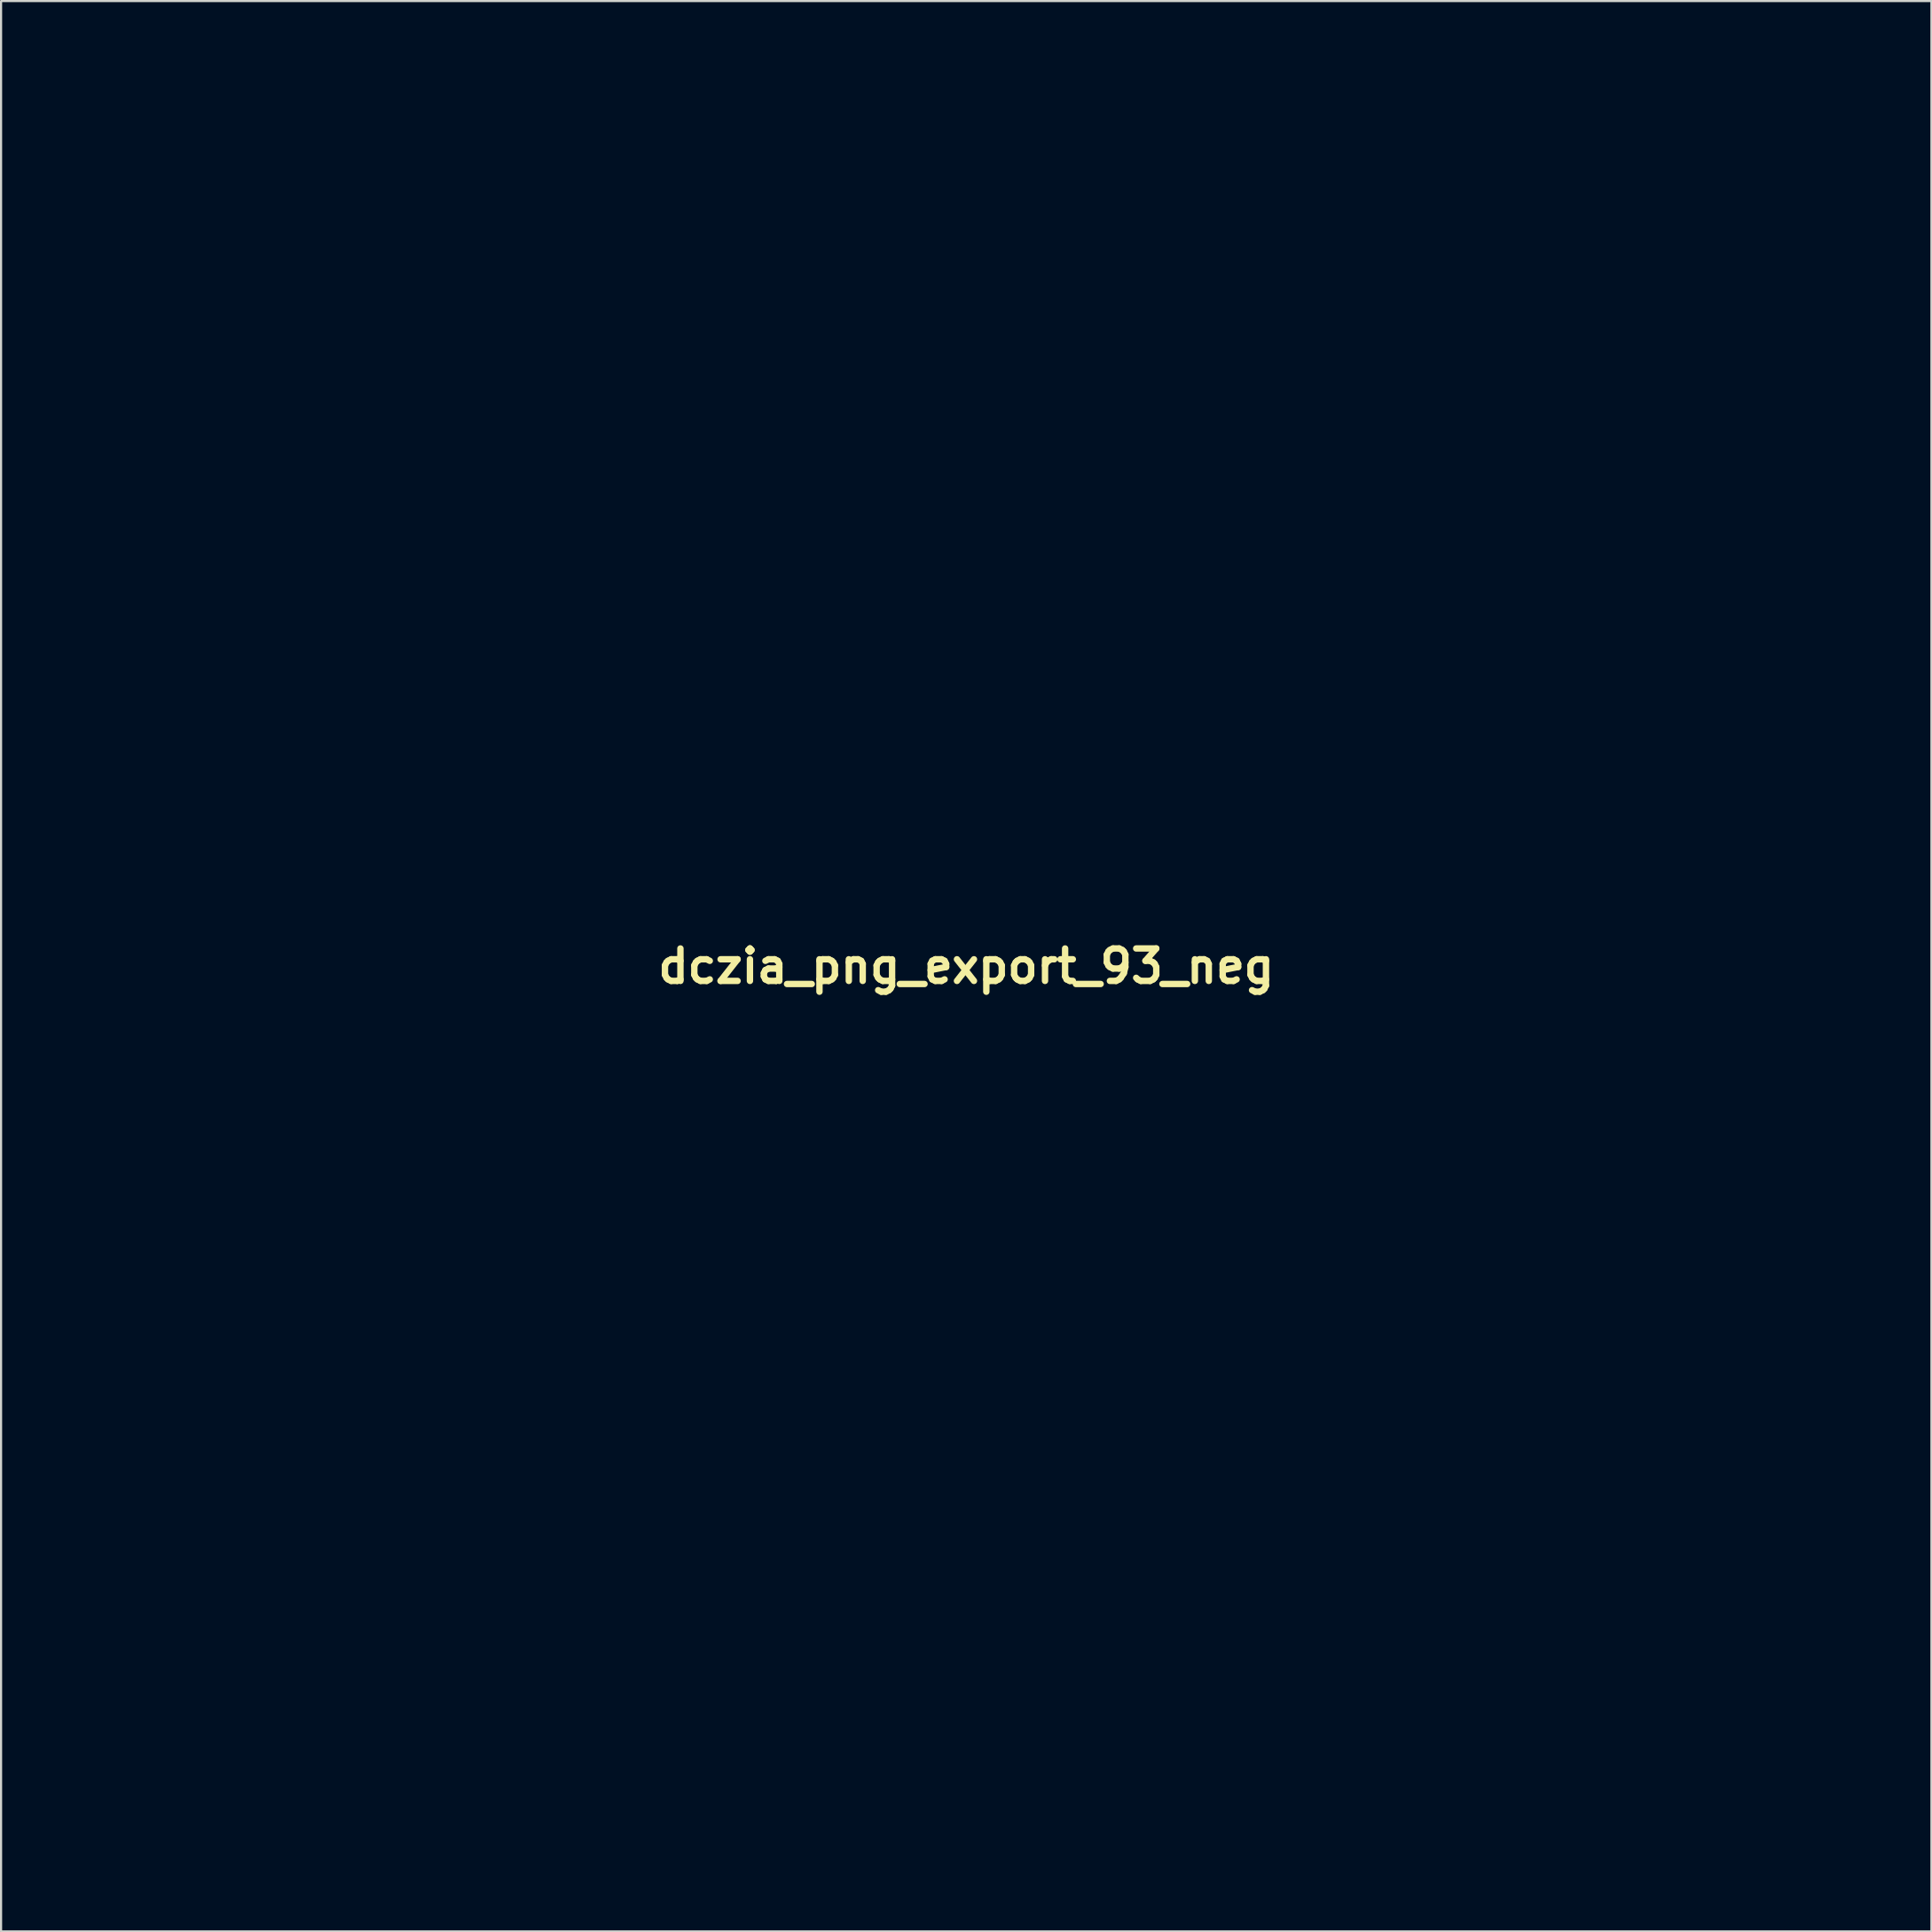
<source format=kicad_pcb>
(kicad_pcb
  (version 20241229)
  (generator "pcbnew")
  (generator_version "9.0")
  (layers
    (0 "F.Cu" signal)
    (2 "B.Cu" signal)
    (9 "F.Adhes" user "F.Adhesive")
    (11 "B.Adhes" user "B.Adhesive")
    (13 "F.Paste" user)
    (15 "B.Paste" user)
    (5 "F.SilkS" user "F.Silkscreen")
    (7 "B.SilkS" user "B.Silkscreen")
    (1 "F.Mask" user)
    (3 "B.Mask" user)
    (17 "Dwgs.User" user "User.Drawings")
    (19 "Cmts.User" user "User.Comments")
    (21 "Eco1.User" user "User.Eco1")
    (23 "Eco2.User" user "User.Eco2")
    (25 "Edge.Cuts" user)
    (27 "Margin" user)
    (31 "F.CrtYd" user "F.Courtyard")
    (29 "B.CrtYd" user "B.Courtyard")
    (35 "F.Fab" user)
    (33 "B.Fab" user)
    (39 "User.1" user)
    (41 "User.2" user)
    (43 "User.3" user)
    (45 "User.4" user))
  (footprint "dczia_png_export_93_neg"
    (layer "F.Cu")
    (at 42.338 42.338)
    (property "Reference" "dczia_png_export_93_neg" (at 0 0 0) (layer "F.SilkS") (effects (font (size 1.524 1.524) (thickness 0.3))))
    (attr through_hole)
    (fp_poly (pts (xy -9.567 2.836) (xy -9.61 2.879) (xy -9.652 2.836) (xy -9.61 2.794) (xy -9.567 2.836)) (stroke (width 0.01) (type solid)) (fill no) (layer "Eco1.User"))
    (fp_poly (pts (xy -9.483 3.006) (xy -9.525 3.048) (xy -9.567 3.006) (xy -9.525 2.963) (xy -9.483 3.006)) (stroke (width 0.01) (type solid)) (fill no) (layer "Eco1.User"))
    (fp_poly (pts (xy -9.398 3.175) (xy -9.44 3.217) (xy -9.483 3.175) (xy -9.44 3.133) (xy -9.398 3.175)) (stroke (width 0.01) (type solid)) (fill no) (layer "Eco1.User"))
    (fp_poly (pts (xy -9.313 3.344) (xy -9.356 3.387) (xy -9.398 3.344) (xy -9.356 3.302) (xy -9.313 3.344)) (stroke (width 0.01) (type solid)) (fill no) (layer "Eco1.User"))
    (fp_poly (pts (xy -9.229 3.514) (xy -9.271 3.556) (xy -9.313 3.514) (xy -9.271 3.471) (xy -9.229 3.514)) (stroke (width 0.01) (type solid)) (fill no) (layer "Eco1.User"))
    (fp_poly (pts (xy -9.144 3.683) (xy -9.186 3.725) (xy -9.229 3.683) (xy -9.186 3.641) (xy -9.144 3.683)) (stroke (width 0.01) (type solid)) (fill no) (layer "Eco1.User"))
    (fp_poly (pts (xy -9.059 3.852) (xy -9.102 3.895) (xy -9.144 3.852) (xy -9.102 3.81) (xy -9.059 3.852)) (stroke (width 0.01) (type solid)) (fill no) (layer "Eco1.User"))
    (fp_poly (pts (xy -8.636 4.53) (xy -8.678 4.572) (xy -8.721 4.53) (xy -8.678 4.487) (xy -8.636 4.53)) (stroke (width 0.01) (type solid)) (fill no) (layer "Eco1.User"))
    (fp_poly (pts (xy -8.467 4.784) (xy -8.509 4.826) (xy -8.551 4.784) (xy -8.509 4.741) (xy -8.467 4.784)) (stroke (width 0.01) (type solid)) (fill no) (layer "Eco1.User"))
    (fp_poly (pts (xy 10.329 3.006) (xy 10.287 3.048) (xy 10.245 3.006) (xy 10.287 2.963) (xy 10.329 3.006)) (stroke (width 0.01) (type solid)) (fill no) (layer "Eco1.User"))
    (fp_poly (pts (xy 10.414 2.836) (xy 10.372 2.879) (xy 10.329 2.836) (xy 10.372 2.794) (xy 10.414 2.836)) (stroke (width 0.01) (type solid)) (fill no) (layer "Eco1.User"))
    (fp_poly (pts (xy 11.007 2.244) (xy 10.964 2.286) (xy 10.922 2.244) (xy 10.964 2.201) (xy 11.007 2.244)) (stroke (width 0.01) (type solid)) (fill no) (layer "Eco1.User"))
    (fp_poly (pts (xy -9.934 1.891) (xy -9.924 1.991) (xy -9.934 2.004) (xy -9.985 1.992) (xy -9.991 1.947) (xy -9.96 1.878) (xy -9.934 1.891)) (stroke (width 0.01) (type solid)) (fill no) (layer "Eco1.User"))
    (fp_poly (pts (xy -9.85 2.145) (xy -9.839 2.245) (xy -9.85 2.258) (xy -9.9 2.246) (xy -9.906 2.201) (xy -9.875 2.132) (xy -9.85 2.145)) (stroke (width 0.01) (type solid)) (fill no) (layer "Eco1.User"))
    (fp_poly (pts (xy 11.063 0.706) (xy 11.073 0.806) (xy 11.063 0.818) (xy 11.013 0.807) (xy 11.007 0.762) (xy 11.038 0.692) (xy 11.063 0.706)) (stroke (width 0.01) (type solid)) (fill no) (layer "Eco1.User"))
    (fp_poly (pts (xy -9.726 2.483) (xy -9.67 2.623) (xy -9.676 2.677) (xy -9.734 2.647) (xy -9.769 2.579) (xy -9.817 2.418) (xy -9.797 2.386) (xy -9.726 2.483)) (stroke (width 0.01) (type solid)) (fill no) (layer "Eco1.User"))
    (fp_poly (pts (xy -8.338 5.022) (xy -8.276 5.069) (xy -8.145 5.193) (xy -8.145 5.248) (xy -8.16 5.249) (xy -8.231 5.191) (xy -8.308 5.101) (xy -8.381 5.001) (xy -8.338 5.022)) (stroke (width 0.01) (type solid)) (fill no) (layer "Eco1.User"))
    (fp_poly (pts (xy 9.047 8.259) (xy 9.044 8.48) (xy 9.017 8.763) (xy 8.953 8.474) (xy 8.921 8.27) (xy 8.927 8.149) (xy 8.932 8.143) (xy 9.007 8.131) (xy 9.047 8.259)) (stroke (width 0.01) (type solid)) (fill no) (layer "Eco1.User"))
    (fp_poly (pts (xy 10.581 2.413) (xy 10.539 2.552) (xy 10.499 2.625) (xy 10.432 2.692) (xy 10.417 2.667) (xy 10.459 2.528) (xy 10.499 2.455) (xy 10.566 2.388) (xy 10.581 2.413)) (stroke (width 0.01) (type solid)) (fill no) (layer "Eco1.User"))
    (fp_poly (pts (xy 10.981 1.196) (xy 10.924 1.417) (xy 10.846 1.685) (xy 10.761 1.95) (xy 10.685 2.164) (xy 10.632 2.278) (xy 10.622 2.286) (xy 10.585 2.265) (xy 10.612 2.154) (xy 10.675 1.95) (xy 10.759 1.698) (xy 10.849 1.441) (xy 10.929 1.223) (xy 10.984 1.089) (xy 11 1.071) (xy 10.981 1.196)) (stroke (width 0.01) (type solid)) (fill no) (layer "Eco1.User"))
    (fp_poly (pts (xy 6.215 -31.123) (xy 6.399 -31.072) (xy 6.428 -31.062) (xy 6.673 -30.928) (xy 6.971 -30.694) (xy 7.285 -30.399) (xy 7.577 -30.082) (xy 7.81 -29.779) (xy 7.946 -29.53) (xy 7.954 -29.504) (xy 7.973 -29.39) (xy 7.989 -29.178) (xy 8.002 -28.863) (xy 8.013 -28.435) (xy 8.022 -27.889) (xy 8.028 -27.216) (xy 8.032 -26.409) (xy 8.034 -25.462) (xy 8.033 -24.367) (xy 8.031 -23.116) (xy 8.027 -21.844) (xy 8.022 -20.557) (xy 8.018 -19.428) (xy 8.013 -18.447) (xy 8.007 -17.603) (xy 8.001 -16.885) (xy 7.995 -16.281) (xy 7.986 -15.782) (xy 7.977 -15.377) (xy 7.966 -15.054) (xy 7.953 -14.803) (xy 7.937 -14.612) (xy 7.919 -14.472) (xy 7.899 -14.371) (xy 7.876 -14.298) (xy 7.852 -14.248) (xy 7.652 -13.978) (xy 7.395 -13.839) (xy 7.054 -13.804) (xy 6.824 -13.832) (xy 6.627 -13.937) (xy 6.414 -14.133) (xy 6.097 -14.459) (xy 6.095 -22.779) (xy 6.095 -23.95) (xy 6.096 -25.074) (xy 6.097 -26.137) (xy 6.099 -27.129) (xy 6.101 -28.038) (xy 6.103 -28.852) (xy 6.106 -29.56) (xy 6.109 -30.151) (xy 6.113 -30.613) (xy 6.117 -30.934) (xy 6.121 -31.104) (xy 6.123 -31.128) (xy 6.215 -31.123)) (stroke (width 0.01) (type solid)) (fill no) (layer "Eco1.User"))
    (fp_poly (pts (xy 11.186 5.104) (xy 11.778 5.176) (xy 12.354 5.296) (xy 12.404 5.309) (xy 13.25 5.536) (xy 21.675 5.6) (xy 22.865 5.609) (xy 24.015 5.619) (xy 25.111 5.629) (xy 26.142 5.64) (xy 27.096 5.651) (xy 27.96 5.662) (xy 28.722 5.672) (xy 29.37 5.683) (xy 29.892 5.692) (xy 30.275 5.701) (xy 30.508 5.709) (xy 30.565 5.713) (xy 30.949 5.758) (xy 31.195 5.801) (xy 31.333 5.857) (xy 31.395 5.941) (xy 31.411 6.065) (xy 31.411 6.103) (xy 31.364 6.317) (xy 31.246 6.56) (xy 31.091 6.777) (xy 30.935 6.918) (xy 30.858 6.943) (xy 30.733 7.01) (xy 30.713 7.048) (xy 30.675 7.065) (xy 30.57 7.08) (xy 30.388 7.094) (xy 30.123 7.107) (xy 29.768 7.118) (xy 29.314 7.129) (xy 28.755 7.139) (xy 28.083 7.148) (xy 27.29 7.156) (xy 26.37 7.164) (xy 25.314 7.172) (xy 24.116 7.179) (xy 22.767 7.186) (xy 21.261 7.193) (xy 20.326 7.197) (xy 9.975 7.239) (xy 9.789 7.472) (xy 9.653 7.627) (xy 9.561 7.703) (xy 9.554 7.705) (xy 9.474 7.647) (xy 9.319 7.499) (xy 9.164 7.336) (xy 8.88 7.003) (xy 8.715 6.746) (xy 8.656 6.537) (xy 8.669 6.406) (xy 8.773 6.19) (xy 8.969 5.918) (xy 9.215 5.635) (xy 9.47 5.388) (xy 9.693 5.223) (xy 9.758 5.193) (xy 10.133 5.11) (xy 10.623 5.082) (xy 11.186 5.104)) (stroke (width 0.01) (type solid)) (fill no) (layer "Eco1.User"))
    (fp_poly (pts (xy -30.334 5.068) (xy -30.08 5.156) (xy -29.892 5.228) (xy -29.712 5.292) (xy -29.527 5.348) (xy -29.327 5.396) (xy -29.099 5.437) (xy -28.833 5.472) (xy -28.518 5.501) (xy -28.14 5.525) (xy -27.69 5.544) (xy -27.156 5.559) (xy -26.526 5.57) (xy -25.79 5.578) (xy -24.935 5.583) (xy -23.95 5.586) (xy -22.823 5.587) (xy -21.545 5.588) (xy -20.898 5.588) (xy -19.546 5.588) (xy -18.352 5.587) (xy -17.304 5.584) (xy -16.391 5.58) (xy -15.603 5.573) (xy -14.926 5.564) (xy -14.351 5.552) (xy -13.866 5.536) (xy -13.458 5.517) (xy -13.118 5.493) (xy -12.833 5.464) (xy -12.593 5.43) (xy -12.385 5.39) (xy -12.198 5.344) (xy -12.022 5.291) (xy -11.872 5.241) (xy -11.56 5.151) (xy -11.267 5.092) (xy -11.128 5.08) (xy -10.766 5.122) (xy -10.363 5.238) (xy -9.946 5.41) (xy -9.541 5.623) (xy -9.176 5.859) (xy -8.877 6.102) (xy -8.672 6.335) (xy -8.588 6.542) (xy -8.6 6.632) (xy -8.678 6.736) (xy -8.833 6.89) (xy -9.019 7.053) (xy -9.192 7.19) (xy -9.309 7.26) (xy -9.33 7.261) (xy -9.416 7.258) (xy -9.661 7.255) (xy -10.055 7.251) (xy -10.587 7.247) (xy -11.248 7.242) (xy -12.026 7.237) (xy -12.911 7.231) (xy -13.893 7.225) (xy -14.962 7.22) (xy -16.107 7.214) (xy -17.318 7.208) (xy -18.584 7.202) (xy -19.602 7.198) (xy -29.849 7.154) (xy -30.085 6.969) (xy -30.395 6.692) (xy -30.578 6.423) (xy -30.666 6.102) (xy -30.687 5.748) (xy -30.678 5.376) (xy -30.63 5.152) (xy -30.522 5.056) (xy -30.334 5.068)) (stroke (width 0.01) (type solid)) (fill no) (layer "Eco1.User"))
    (fp_poly (pts (xy 9.741 -9.36) (xy 10.138 -9.044) (xy 10.601 -8.762) (xy 11.069 -8.546) (xy 11.472 -8.431) (xy 11.783 -8.422) (xy 12.2 -8.485) (xy 12.531 -8.565) (xy 12.658 -8.598) (xy 12.781 -8.627) (xy 12.913 -8.652) (xy 13.063 -8.674) (xy 13.244 -8.693) (xy 13.467 -8.709) (xy 13.743 -8.723) (xy 14.084 -8.734) (xy 14.502 -8.744) (xy 15.007 -8.752) (xy 15.612 -8.759) (xy 16.327 -8.765) (xy 17.164 -8.771) (xy 18.135 -8.776) (xy 19.251 -8.782) (xy 20.523 -8.788) (xy 20.701 -8.788) (xy 22.336 -8.794) (xy 23.809 -8.797) (xy 25.128 -8.795) (xy 26.299 -8.789) (xy 27.33 -8.78) (xy 28.228 -8.765) (xy 29.001 -8.747) (xy 29.656 -8.724) (xy 30.2 -8.696) (xy 30.641 -8.663) (xy 30.985 -8.626) (xy 31.221 -8.587) (xy 31.377 -8.49) (xy 31.42 -8.306) (xy 31.361 -8.067) (xy 31.209 -7.801) (xy 30.975 -7.538) (xy 30.816 -7.407) (xy 30.532 -7.197) (xy 21.367 -7.197) (xy 19.763 -7.196) (xy 18.305 -7.194) (xy 16.995 -7.19) (xy 15.837 -7.184) (xy 14.832 -7.178) (xy 13.983 -7.169) (xy 13.292 -7.16) (xy 12.761 -7.149) (xy 12.394 -7.136) (xy 12.192 -7.123) (xy 12.15 -7.113) (xy 12.147 -6.986) (xy 12.208 -6.786) (xy 12.222 -6.753) (xy 12.34 -6.472) (xy 12.385 -6.294) (xy 12.361 -6.169) (xy 12.287 -6.066) (xy 12.195 -5.86) (xy 12.156 -5.553) (xy 12.167 -5.204) (xy 12.23 -4.872) (xy 12.305 -4.677) (xy 12.471 -4.455) (xy 12.705 -4.238) (xy 12.778 -4.185) (xy 13.106 -3.969) (xy 24.989 -3.94) (xy 26.403 -3.936) (xy 27.775 -3.932) (xy 29.097 -3.927) (xy 30.357 -3.921) (xy 31.546 -3.915) (xy 32.654 -3.909) (xy 33.67 -3.902) (xy 34.584 -3.895) (xy 35.386 -3.888) (xy 36.067 -3.88) (xy 36.616 -3.873) (xy 37.022 -3.865) (xy 37.277 -3.858) (xy 37.359 -3.853) (xy 37.846 -3.794) (xy 37.811 -3.514) (xy 37.692 -3.125) (xy 37.427 -2.783) (xy 37.234 -2.62) (xy 36.957 -2.413) (xy 25.146 -2.371) (xy 13.335 -2.328) (xy 13.331 -1.911) (xy 13.306 -1.616) (xy 13.236 -1.47) (xy 13.204 -1.453) (xy 13.076 -1.373) (xy 12.885 -1.213) (xy 12.764 -1.098) (xy 12.566 -0.877) (xy 12.471 -0.683) (xy 12.446 -0.446) (xy 12.446 -0.428) (xy 12.467 -0.162) (xy 12.518 0.054) (xy 12.533 0.09) (xy 12.713 0.277) (xy 13.027 0.45) (xy 13.438 0.593) (xy 13.812 0.673) (xy 13.991 0.688) (xy 14.338 0.702) (xy 14.848 0.714) (xy 15.52 0.725) (xy 16.35 0.734) (xy 17.336 0.742) (xy 18.476 0.749) (xy 19.765 0.754) (xy 21.203 0.758) (xy 22.786 0.761) (xy 24.47 0.761) (xy 26.063 0.762) (xy 27.498 0.763) (xy 28.783 0.765) (xy 29.929 0.768) (xy 30.946 0.772) (xy 31.844 0.777) (xy 32.632 0.783) (xy 33.321 0.791) (xy 33.921 0.8) (xy 34.442 0.811) (xy 34.894 0.824) (xy 35.287 0.838) (xy 35.631 0.855) (xy 35.935 0.873) (xy 36.192 0.892) (xy 36.694 0.934) (xy 37.135 0.974) (xy 37.488 1.009) (xy 37.727 1.036) (xy 37.826 1.052) (xy 37.826 1.053) (xy 37.829 1.153) (xy 37.783 1.348) (xy 37.708 1.575) (xy 37.624 1.775) (xy 37.569 1.866) (xy 37.431 2) (xy 37.23 2.161) (xy 37.198 2.183) (xy 36.931 2.371) (xy 24.976 2.372) (xy 23.278 2.373) (xy 21.688 2.375) (xy 20.213 2.378) (xy 18.857 2.382) (xy 17.625 2.387) (xy 16.523 2.393) (xy 15.556 2.4) (xy 14.729 2.408) (xy 14.047 2.416) (xy 13.515 2.426) (xy 13.138 2.436) (xy 12.923 2.447) (xy 12.871 2.455) (xy 12.746 2.581) (xy 12.618 2.798) (xy 12.584 2.876) (xy 12.482 3.092) (xy 12.369 3.188) (xy 12.198 3.179) (xy 11.938 3.09) (xy 11.662 3.017) (xy 11.335 2.974) (xy 11.239 2.97) (xy 11.005 2.96) (xy 10.86 2.942) (xy 10.837 2.931) (xy 10.867 2.841) (xy 10.941 2.653) (xy 10.971 2.58) (xy 11.047 2.338) (xy 11.069 2.137) (xy 11.063 2.104) (xy 11.063 1.997) (xy 11.108 2) (xy 11.157 1.983) (xy 11.134 1.863) (xy 11.113 1.731) (xy 11.157 1.724) (xy 11.22 1.677) (xy 11.3 1.483) (xy 11.389 1.164) (xy 11.483 0.741) (xy 11.576 0.235) (xy 11.604 0.066) (xy 11.663 -0.519) (xy 11.683 -1.215) (xy 11.665 -1.97) (xy 11.612 -2.731) (xy 11.527 -3.446) (xy 11.413 -4.062) (xy 11.394 -4.137) (xy 10.991 -5.428) (xy 10.447 -6.658) (xy 9.778 -7.797) (xy 9.427 -8.29) (xy 9.217 -8.568) (xy 9.033 -8.812) (xy 8.911 -8.974) (xy 8.898 -8.991) (xy 8.839 -9.102) (xy 8.862 -9.21) (xy 8.987 -9.364) (xy 9.061 -9.442) (xy 9.343 -9.733) (xy 9.741 -9.36)) (stroke (width 0.01) (type solid)) (fill no) (layer "Eco1.User"))
    (fp_poly (pts (xy 1.763 -11.124) (xy 2.9 -10.902) (xy 3.657 -10.667) (xy 4.837 -10.151) (xy 5.919 -9.507) (xy 6.896 -8.745) (xy 7.759 -7.877) (xy 8.502 -6.914) (xy 9.116 -5.868) (xy 9.593 -4.751) (xy 9.927 -3.574) (xy 10.108 -2.348) (xy 10.131 -1.101) (xy 10.097 -0.604) (xy 10.041 -0.085) (xy 9.973 0.389) (xy 9.917 0.683) (xy 9.558 1.887) (xy 9.058 3.014) (xy 8.429 4.055) (xy 7.684 5.001) (xy 6.833 5.845) (xy 5.889 6.578) (xy 4.865 7.191) (xy 3.773 7.677) (xy 2.624 8.027) (xy 1.431 8.232) (xy 0.206 8.286) (xy -1.038 8.178) (xy -1.067 8.174) (xy -2.306 7.899) (xy -3.483 7.476) (xy -4.585 6.915) (xy -5.602 6.226) (xy -6.522 5.419) (xy -7.333 4.505) (xy -8.025 3.494) (xy -8.585 2.397) (xy -9.003 1.224) (xy -9.091 0.889) (xy -9.304 -0.205) (xy -9.381 -1.156) (xy -6.232 -1.156) (xy -6.126 -0.323) (xy -5.92 0.52) (xy -5.628 1.32) (xy -5.323 1.925) (xy -5.048 2.32) (xy -4.669 2.765) (xy -4.228 3.222) (xy -3.763 3.651) (xy -3.315 4.011) (xy -3.005 4.218) (xy -2.056 4.682) (xy -1.062 4.988) (xy -0.039 5.134) (xy 0.994 5.117) (xy 1.524 5.043) (xy 2.38 4.842) (xy 3.138 4.558) (xy 3.837 4.171) (xy 4.516 3.659) (xy 5.084 3.133) (xy 5.443 2.766) (xy 5.71 2.467) (xy 5.916 2.19) (xy 6.096 1.891) (xy 6.284 1.524) (xy 6.284 1.524) (xy 6.696 0.502) (xy 6.938 -0.522) (xy 7.012 -1.55) (xy 6.916 -2.582) (xy 6.651 -3.618) (xy 6.612 -3.73) (xy 6.45 -4.141) (xy 6.266 -4.534) (xy 6.077 -4.879) (xy 5.901 -5.146) (xy 5.755 -5.304) (xy 5.687 -5.334) (xy 5.619 -5.359) (xy 5.654 -5.46) (xy 5.705 -5.543) (xy 5.805 -5.723) (xy 5.842 -5.844) (xy 5.771 -5.925) (xy 5.586 -6.043) (xy 5.367 -6.154) (xy 5.053 -6.319) (xy 4.688 -6.544) (xy 4.354 -6.778) (xy 4.004 -7.022) (xy 3.614 -7.262) (xy 3.284 -7.439) (xy 2.997 -7.563) (xy 2.817 -7.631) (xy 5.969 -7.631) (xy 6.985 -6.656) (xy 7.326 -6.332) (xy 7.625 -6.052) (xy 7.86 -5.838) (xy 8.01 -5.708) (xy 8.054 -5.677) (xy 8.145 -5.73) (xy 8.213 -5.8) (xy 8.256 -5.896) (xy 8.23 -6.032) (xy 8.123 -6.248) (xy 8.033 -6.402) (xy 7.824 -6.708) (xy 7.555 -7.047) (xy 7.26 -7.381) (xy 6.973 -7.672) (xy 6.73 -7.881) (xy 6.63 -7.945) (xy 6.483 -7.994) (xy 6.343 -7.944) (xy 6.207 -7.837) (xy 5.969 -7.631) (xy 2.817 -7.631) (xy 2.662 -7.689) (xy 2.315 -7.806) (xy 1.993 -7.902) (xy 1.731 -7.967) (xy 1.565 -7.991) (xy 1.524 -7.974) (xy 1.444 -7.957) (xy 1.223 -7.944) (xy 0.89 -7.939) (xy 0.472 -7.94) (xy 0.17 -7.945) (xy -0.343 -7.954) (xy -0.711 -7.955) (xy -0.959 -7.946) (xy -1.113 -7.925) (xy -1.197 -7.889) (xy -1.237 -7.838) (xy -1.239 -7.832) (xy -1.303 -7.746) (xy -1.355 -7.79) (xy -1.442 -7.824) (xy -1.632 -7.788) (xy -1.946 -7.676) (xy -1.995 -7.657) (xy -2.467 -7.447) (xy -2.931 -7.203) (xy -3.361 -6.942) (xy -3.731 -6.682) (xy -4.016 -6.441) (xy -4.19 -6.237) (xy -4.233 -6.116) (xy -4.262 -6.054) (xy -4.362 -6.109) (xy -4.471 -6.207) (xy -4.638 -6.353) (xy -4.756 -6.431) (xy -4.771 -6.435) (xy -4.876 -6.388) (xy -5.065 -6.269) (xy -5.298 -6.107) (xy -5.531 -5.934) (xy -5.723 -5.78) (xy -5.831 -5.676) (xy -5.842 -5.655) (xy -5.775 -5.578) (xy -5.603 -5.447) (xy -5.406 -5.318) (xy -5.173 -5.167) (xy -5.07 -5.075) (xy -5.078 -5.018) (xy -5.134 -4.99) (xy -5.298 -4.855) (xy -5.475 -4.581) (xy -5.655 -4.198) (xy -5.828 -3.735) (xy -5.984 -3.221) (xy -6.113 -2.686) (xy -6.203 -2.158) (xy -6.228 -1.927) (xy -6.232 -1.156) (xy -9.381 -1.156) (xy -9.389 -1.249) (xy -9.348 -2.3) (xy -9.276 -2.879) (xy -9.002 -4.149) (xy -8.702 -4.998) (xy -7.531 -4.998) (xy -7.505 -4.853) (xy -7.396 -4.846) (xy -7.314 -4.891) (xy -7.233 -4.981) (xy -7.081 -5.185) (xy -6.876 -5.472) (xy -6.641 -5.815) (xy -6.603 -5.872) (xy -6.322 -6.274) (xy -6.023 -6.672) (xy -5.743 -7.021) (xy -5.533 -7.256) (xy -5.317 -7.483) (xy -5.158 -7.665) (xy -5.083 -7.768) (xy -5.081 -7.776) (xy -5.151 -7.859) (xy -5.321 -7.97) (xy -5.533 -8.079) (xy -5.726 -8.155) (xy -5.843 -8.169) (xy -5.846 -8.168) (xy -5.888 -8.134) (xy -5.954 -8.064) (xy -6.057 -7.941) (xy -6.211 -7.748) (xy -6.428 -7.468) (xy -6.723 -7.085) (xy -7.047 -6.662) (xy -7.266 -6.364) (xy -7.401 -6.153) (xy -7.447 -6.043) (xy -7.397 -6.045) (xy -7.29 -6.131) (xy -7.212 -6.192) (xy -7.187 -6.172) (xy -7.217 -6.046) (xy -7.305 -5.792) (xy -7.332 -5.717) (xy -7.474 -5.285) (xy -7.531 -4.998) (xy -8.702 -4.998) (xy -8.579 -5.347) (xy -8.013 -6.463) (xy -7.314 -7.488) (xy -6.487 -8.414) (xy -5.541 -9.231) (xy -5.276 -9.406) (xy -2.318 -9.406) (xy -2.267 -9.174) (xy -2.262 -9.157) (xy -2.194 -8.933) (xy -2.119 -8.834) (xy -1.99 -8.823) (xy -1.864 -8.843) (xy -1.295 -8.941) (xy -0.841 -9.005) (xy -0.449 -9.04) (xy -0.07 -9.049) (xy 0.347 -9.038) (xy 0.466 -9.032) (xy 1.304 -8.959) (xy 2.071 -8.836) (xy 2.727 -8.67) (xy 2.921 -8.604) (xy 3.206 -8.507) (xy 3.375 -8.482) (xy 3.464 -8.528) (xy 3.502 -8.615) (xy 3.588 -8.945) (xy 3.613 -9.154) (xy 3.568 -9.282) (xy 3.445 -9.369) (xy 3.327 -9.42) (xy 2.823 -9.593) (xy 2.286 -9.719) (xy 1.681 -9.803) (xy 0.975 -9.85) (xy 0.169 -9.864) (xy -0.561 -9.858) (xy -1.14 -9.838) (xy -1.582 -9.804) (xy -1.906 -9.754) (xy -2.127 -9.686) (xy -2.228 -9.627) (xy -2.306 -9.538) (xy -2.318 -9.406) (xy -5.276 -9.406) (xy -4.483 -9.93) (xy -4.35 -9.996) (xy -2.585 -9.996) (xy -2.492 -9.987) (xy -2.279 -10.02) (xy -1.988 -10.088) (xy -1.93 -10.104) (xy -1.673 -10.167) (xy -1.409 -10.212) (xy -1.103 -10.244) (xy -0.723 -10.263) (xy -0.235 -10.273) (xy 0.296 -10.276) (xy 1.088 -10.267) (xy 1.748 -10.232) (xy 2.316 -10.166) (xy 2.829 -10.062) (xy 3.323 -9.915) (xy 3.77 -9.747) (xy 4.007 -9.652) (xy 4.17 -9.588) (xy 4.212 -9.572) (xy 4.233 -9.632) (xy 4.233 -9.646) (xy 4.16 -9.715) (xy 3.971 -9.814) (xy 3.758 -9.902) (xy 2.547 -10.276) (xy 1.342 -10.488) (xy 0.155 -10.539) (xy -0.47 -10.498) (xy -0.873 -10.446) (xy -1.294 -10.376) (xy -1.702 -10.293) (xy -2.066 -10.206) (xy -2.356 -10.123) (xy -2.539 -10.049) (xy -2.585 -9.996) (xy -4.35 -9.996) (xy -3.321 -10.502) (xy -2.82 -10.696) (xy -1.742 -11) (xy -0.594 -11.173) (xy 0.586 -11.214) (xy 1.763 -11.124)) (stroke (width 0.01) (type solid)) (fill no) (layer "Eco1.User"))
    (fp_poly (pts (xy 42.333 42.333) (xy -42.333 42.333) (xy -42.333 29.686) (xy -7.134 29.686) (xy -7.125 29.739) (xy -6.968 29.792) (xy -6.716 29.774) (xy -6.423 29.7) (xy -6.141 29.58) (xy -5.987 29.481) (xy -5.743 29.259) (xy -5.522 29.005) (xy -5.492 28.962) (xy -5.292 28.672) (xy -5.269 19.543) (xy -5.265 18.315) (xy -5.261 17.136) (xy -5.255 16.016) (xy -5.249 14.967) (xy -5.241 13.998) (xy -5.234 13.122) (xy -5.225 12.35) (xy -5.216 11.691) (xy -5.207 11.157) (xy -5.198 10.759) (xy -5.189 10.508) (xy -5.18 10.414) (xy -5.179 10.414) (xy -5.068 10.448) (xy -4.866 10.534) (xy -4.761 10.583) (xy -4.52 10.687) (xy -4.324 10.746) (xy -4.276 10.753) (xy -4.108 10.79) (xy -3.894 10.88) (xy -3.89 10.882) (xy -3.641 11.011) (xy -3.641 34.978) (xy -3.366 35.397) (xy -3.017 35.797) (xy -2.604 36.049) (xy -2.144 36.147) (xy -1.66 36.085) (xy -1.388 35.979) (xy -1.146 35.845) (xy -0.96 35.711) (xy -0.917 35.668) (xy -0.916 35.634) (xy -1.028 35.685) (xy -1.179 35.778) (xy -1.442 35.929) (xy -1.692 36.003) (xy -2.013 36.025) (xy -2.068 36.025) (xy -2.39 36.012) (xy -2.617 35.956) (xy -2.826 35.837) (xy -2.905 35.778) (xy -3.145 35.551) (xy -3.236 35.433) (xy -0.847 35.433) (xy -0.804 35.475) (xy -0.762 35.433) (xy -0.804 35.391) (xy -0.847 35.433) (xy -3.236 35.433) (xy -3.349 35.286) (xy -3.35 35.284) (xy -0.731 35.284) (xy -0.693 35.306) (xy -0.57 35.244) (xy -0.534 35.2) (xy -0.526 35.104) (xy -0.517 34.849) (xy -0.508 34.444) (xy -0.499 33.898) (xy -0.49 33.229) (xy -0.484 33.104) (xy -0.488 33.104) (xy -0.49 33.223) (xy -0.49 33.229) (xy -0.527 34.077) (xy -0.557 34.54) (xy -0.598 34.897) (xy -0.648 35.122) (xy -0.676 35.178) (xy -0.731 35.284) (xy -3.35 35.284) (xy -3.392 35.21) (xy -3.415 35.162) (xy -3.436 35.106) (xy -3.454 35.032) (xy -3.47 34.933) (xy -3.485 34.8) (xy -3.498 34.626) (xy -3.509 34.4) (xy -3.519 34.115) (xy -3.527 33.763) (xy -3.534 33.335) (xy -3.54 32.822) (xy -3.544 32.216) (xy -3.548 31.509) (xy -3.551 30.692) (xy -3.553 29.756) (xy -3.554 28.694) (xy -3.555 27.497) (xy -3.556 26.156) (xy -3.556 24.663) (xy -3.556 23.009) (xy -3.556 19.288) (xy -1.524 19.288) (xy -1.524 20.451) (xy -1.523 21.765) (xy -1.523 23.238) (xy -1.523 23.357) (xy -1.522 24.873) (xy -1.521 26.228) (xy -1.519 27.43) (xy -1.516 28.487) (xy -1.512 29.408) (xy -1.506 30.202) (xy -1.5 30.875) (xy -1.492 31.437) (xy -1.483 31.896) (xy -1.473 32.26) (xy -1.46 32.538) (xy -1.446 32.737) (xy -1.431 32.866) (xy -1.413 32.933) (xy -1.412 32.935) (xy -1.324 33.064) (xy -1.199 33.121) (xy -0.98 33.129) (xy -0.893 33.125) (xy -0.488 33.104) (xy -0.481 32.426) (xy -0.472 31.519) (xy -0.463 30.511) (xy -0.455 29.412) (xy -0.447 28.23) (xy -0.44 26.977) (xy -0.433 25.662) (xy -0.427 24.295) (xy -0.423 23.368) (xy -0.381 11.642) (xy 0.36 11.617) (xy 1.101 11.593) (xy 1.103 23.047) (xy 1.104 24.836) (xy 1.106 26.489) (xy 1.109 28.004) (xy 1.114 29.376) (xy 1.12 30.604) (xy 1.127 31.683) (xy 1.135 32.611) (xy 1.144 33.385) (xy 1.154 34.001) (xy 1.166 34.457) (xy 1.178 34.75) (xy 1.19 34.87) (xy 1.381 35.351) (xy 1.7 35.734) (xy 2.121 36.003) (xy 2.622 36.139) (xy 2.846 36.153) (xy 3.103 36.14) (xy 3.297 36.084) (xy 3.495 35.955) (xy 3.683 35.796) (xy 3.782 35.715) (xy 3.871 35.647) (xy 3.951 35.585) (xy 4.023 35.52) (xy 4.087 35.444) (xy 4.143 35.347) (xy 4.192 35.223) (xy 4.234 35.061) (xy 4.27 34.855) (xy 4.301 34.595) (xy 4.326 34.273) (xy 4.346 33.881) (xy 4.362 33.411) (xy 4.375 32.852) (xy 4.383 32.199) (xy 4.389 31.441) (xy 4.392 30.571) (xy 4.393 29.58) (xy 4.393 28.46) (xy 4.391 27.202) (xy 4.389 25.798) (xy 4.387 24.24) (xy 4.385 22.945) (xy 4.383 21.555) (xy 4.381 20.219) (xy 4.378 18.946) (xy 4.376 17.744) (xy 4.373 16.623) (xy 4.37 15.591) (xy 4.367 14.659) (xy 4.364 13.834) (xy 4.361 13.126) (xy 4.357 12.545) (xy 4.354 12.098) (xy 4.351 11.795) (xy 4.348 11.646) (xy 4.345 11.642) (xy 4.322 12.015) (xy 4.29 12.402) (xy 4.272 12.582) (xy 4.224 13.014) (xy 3.886 12.952) (xy 3.578 12.943) (xy 3.377 13.057) (xy 3.26 13.309) (xy 3.257 13.32) (xy 3.252 13.427) (xy 3.246 13.693) (xy 3.242 14.107) (xy 3.238 14.657) (xy 3.235 15.333) (xy 3.233 16.124) (xy 3.231 17.019) (xy 3.23 18.008) (xy 3.23 19.079) (xy 3.231 20.222) (xy 3.232 21.425) (xy 3.235 22.678) (xy 3.236 23.202) (xy 3.239 24.722) (xy 3.242 26.081) (xy 3.245 27.289) (xy 3.249 28.355) (xy 3.253 29.287) (xy 3.26 30.096) (xy 3.268 30.788) (xy 3.279 31.375) (xy 3.294 31.865) (xy 3.313 32.266) (xy 3.336 32.588) (xy 3.364 32.84) (xy 3.398 33.03) (xy 3.438 33.169) (xy 3.484 33.264) (xy 3.538 33.325) (xy 3.6 33.361) (xy 3.67 33.381) (xy 3.749 33.394) (xy 3.837 33.409) (xy 3.869 33.416) (xy 4.094 33.494) (xy 4.207 33.62) (xy 4.244 33.743) (xy 4.303 34.325) (xy 4.229 34.854) (xy 4.034 35.31) (xy 3.731 35.673) (xy 3.331 35.922) (xy 2.87 36.036) (xy 2.372 36.01) (xy 1.948 35.832) (xy 1.604 35.505) (xy 1.446 35.254) (xy 1.228 34.84) (xy 1.185 23.165) (xy 1.143 11.489) (xy 0.385 11.508) (xy 0.04 11.52) (xy -0.239 11.538) (xy -0.41 11.559) (xy -0.441 11.568) (xy -0.465 11.663) (xy -0.486 11.895) (xy -0.501 12.232) (xy -0.508 12.641) (xy -0.508 12.746) (xy -0.508 13.882) (xy -0.888 13.83) (xy -0.986 13.811) (xy -1.074 13.79) (xy -1.152 13.776) (xy -1.22 13.776) (xy -1.279 13.801) (xy -1.331 13.86) (xy -1.374 13.961) (xy -1.411 14.113) (xy -1.441 14.326) (xy -1.466 14.609) (xy -1.485 14.969) (xy -1.499 15.418) (xy -1.51 15.963) (xy -1.517 16.613) (xy -1.522 17.378) (xy -1.524 18.267) (xy -1.524 19.288) (xy -3.556 19.288) (xy -3.556 11.004) (xy -3.831 10.836) (xy -4.052 10.725) (xy -4.238 10.67) (xy -4.259 10.668) (xy -4.425 10.633) (xy -4.664 10.543) (xy -4.761 10.499) (xy -4.974 10.398) (xy -5.127 10.346) (xy -5.228 10.364) (xy -5.29 10.47) (xy -5.321 10.683) (xy -5.333 11.025) (xy -5.334 11.513) (xy -5.334 11.599) (xy -5.337 12.041) (xy -5.347 12.416) (xy -5.361 12.695) (xy -5.378 12.849) (xy -5.388 12.869) (xy -5.496 12.847) (xy -5.701 12.791) (xy -5.779 12.768) (xy -5.881 12.735) (xy -5.97 12.708) (xy -6.047 12.696) (xy -6.113 12.712) (xy -6.169 12.764) (xy -6.215 12.864) (xy -6.253 13.022) (xy -6.283 13.249) (xy -6.306 13.554) (xy -6.323 13.949) (xy -6.335 14.443) (xy -6.343 15.048) (xy -6.348 15.773) (xy -6.35 16.63) (xy -6.35 17.628) (xy -6.35 18.778) (xy -6.35 19.619) (xy -6.35 20.897) (xy -6.35 22.016) (xy -6.349 22.986) (xy -6.346 23.819) (xy -6.339 24.524) (xy -6.328 25.112) (xy -6.312 25.593) (xy -6.289 25.978) (xy -6.258 26.277) (xy -6.218 26.502) (xy -6.169 26.661) (xy -6.109 26.766) (xy -6.037 26.827) (xy -5.952 26.855) (xy -5.853 26.859) (xy -5.739 26.851) (xy -5.609 26.841) (xy -5.334 26.826) (xy -5.334 27.531) (xy -5.355 28.089) (xy -5.424 28.518) (xy -5.549 28.855) (xy -5.742 29.137) (xy -5.775 29.174) (xy -6.057 29.411) (xy -6.399 29.592) (xy -6.742 29.693) (xy -6.989 29.697) (xy -7.134 29.686) (xy -42.333 29.686) (xy -42.333 28.159) (xy -8.45 28.159) (xy -8.437 28.247) (xy -8.383 28.447) (xy -8.331 28.66) (xy -8.211 28.945) (xy -8.006 29.227) (xy -7.758 29.461) (xy -7.511 29.604) (xy -7.408 29.627) (xy -7.412 29.591) (xy -7.53 29.497) (xy -7.569 29.471) (xy -7.937 29.152) (xy -8.183 28.774) (xy -8.264 28.51) (xy -8.32 28.29) (xy -8.388 28.152) (xy -8.402 28.139) (xy -8.45 28.159) (xy -42.333 28.159) (xy -42.333 27.432) (xy -8.467 27.432) (xy -8.436 27.502) (xy -8.41 27.488) (xy -8.4 27.388) (xy -8.41 27.376) (xy -8.461 27.387) (xy -8.467 27.432) (xy -42.333 27.432) (xy -42.333 -3.905) (xy -37.202 -3.905) (xy -37.148 -3.391) (xy -36.964 -2.979) (xy -36.642 -2.652) (xy -36.442 -2.524) (xy -36.026 -2.292) (xy -24.368 -2.289) (xy -22.738 -2.288) (xy -21.207 -2.286) (xy -19.783 -2.283) (xy -18.47 -2.279) (xy -17.275 -2.274) (xy -16.204 -2.268) (xy -15.263 -2.261) (xy -14.457 -2.253) (xy -13.792 -2.245) (xy -13.275 -2.235) (xy -12.911 -2.225) (xy -12.706 -2.215) (xy -12.661 -2.207) (xy -12.672 -2.098) (xy -12.699 -2.075) (xy -12.781 -1.955) (xy -12.785 -1.926) (xy -12.745 -1.909) (xy -12.665 -1.994) (xy -12.593 -2.166) (xy -12.633 -2.265) (xy -12.677 -2.28) (xy -12.787 -2.294) (xy -12.971 -2.307) (xy -13.235 -2.318) (xy -13.586 -2.328) (xy -14.032 -2.337) (xy -14.579 -2.344) (xy -15.236 -2.351) (xy -16.008 -2.356) (xy -16.903 -2.361) (xy -17.928 -2.364) (xy -19.091 -2.367) (xy -20.398 -2.369) (xy -21.856 -2.37) (xy -23.473 -2.371) (xy -24.378 -2.371) (xy -36.035 -2.371) (xy -36.417 -2.613) (xy -36.793 -2.942) (xy -37.024 -3.358) (xy -37.108 -3.858) (xy -37.109 -3.924) (xy -37.077 -4.268) (xy -36.981 -4.463) (xy -36.808 -4.522) (xy -36.542 -4.46) (xy -36.526 -4.454) (xy -36.017 -4.285) (xy -35.461 -4.158) (xy -34.859 -4.066) (xy -34.69 -4.056) (xy -34.36 -4.045) (xy -33.879 -4.035) (xy -33.255 -4.026) (xy -32.497 -4.017) (xy -31.614 -4.009) (xy -30.615 -4.001) (xy -29.508 -3.995) (xy -28.303 -3.989) (xy -27.009 -3.984) (xy -25.633 -3.98) (xy -24.185 -3.977) (xy -22.947 -3.976) (xy -11.668 -3.965) (xy -11.456 -4.163) (xy -11.233 -4.403) (xy -11.134 -4.624) (xy -11.138 -4.893) (xy -11.179 -5.093) (xy -11.263 -5.367) (xy -11.376 -5.533) (xy -11.559 -5.648) (xy -11.562 -5.65) (xy -11.747 -5.757) (xy -11.81 -5.874) (xy -11.794 -6.046) (xy -11.725 -6.291) (xy -11.616 -6.581) (xy -11.579 -6.664) (xy -11.492 -6.894) (xy -11.461 -7.066) (xy -11.47 -7.108) (xy -11.552 -7.124) (xy -11.778 -7.138) (xy -12.151 -7.151) (xy -12.673 -7.162) (xy -13.347 -7.171) (xy -14.176 -7.179) (xy -15.161 -7.185) (xy -16.306 -7.19) (xy -17.613 -7.194) (xy -19.084 -7.196) (xy -20.676 -7.197) (xy -29.827 -7.197) (xy -30.23 -7.6) (xy -30.468 -7.86) (xy -30.607 -8.082) (xy -30.68 -8.326) (xy -30.694 -8.41) (xy -30.715 -8.74) (xy -30.684 -9.031) (xy -30.611 -9.243) (xy -30.505 -9.337) (xy -30.475 -9.338) (xy -30.343 -9.305) (xy -30.095 -9.232) (xy -29.775 -9.132) (xy -29.633 -9.086) (xy -28.914 -8.851) (xy -20.659 -8.803) (xy -12.404 -8.756) (xy -11.52 -8.557) (xy -11.099 -8.467) (xy -10.792 -8.417) (xy -10.546 -8.403) (xy -10.311 -8.422) (xy -10.123 -8.453) (xy -9.561 -8.631) (xy -9.065 -8.931) (xy -8.665 -9.329) (xy -8.391 -9.799) (xy -8.34 -9.943) (xy -8.299 -10.028) (xy -8.23 -10.022) (xy -8.098 -9.914) (xy -7.981 -9.798) (xy -7.672 -9.489) (xy -8.022 -9.084) (xy -8.894 -7.956) (xy -9.612 -6.763) (xy -10.183 -5.492) (xy -10.366 -4.977) (xy -10.527 -4.436) (xy -10.673 -3.85) (xy -10.793 -3.265) (xy -10.879 -2.729) (xy -10.92 -2.292) (xy -10.922 -2.192) (xy -10.948 -1.988) (xy -11.043 -1.815) (xy -11.231 -1.651) (xy -11.537 -1.473) (xy -11.867 -1.313) (xy -12.234 -1.161) (xy -12.474 -1.109) (xy -12.596 -1.156) (xy -12.615 -1.233) (xy -12.655 -1.321) (xy -12.697 -1.314) (xy -12.74 -1.204) (xy -12.729 -1.013) (xy -12.716 -0.823) (xy -12.787 -0.759) (xy -12.795 -0.758) (xy -12.893 -0.758) (xy -13.149 -0.757) (xy -13.555 -0.756) (xy -14.101 -0.754) (xy -14.777 -0.753) (xy -15.573 -0.751) (xy -16.478 -0.749) (xy -17.484 -0.746) (xy -18.58 -0.744) (xy -19.756 -0.741) (xy -21.003 -0.739) (xy -22.31 -0.736) (xy -23.668 -0.733) (xy -24.342 -0.732) (xy -26.032 -0.728) (xy -27.56 -0.724) (xy -28.934 -0.72) (xy -30.161 -0.715) (xy -31.248 -0.709) (xy -32.203 -0.703) (xy -33.034 -0.696) (xy -33.748 -0.688) (xy -34.352 -0.68) (xy -34.853 -0.67) (xy -35.26 -0.66) (xy -35.58 -0.648) (xy -35.819 -0.635) (xy -35.986 -0.621) (xy -36.089 -0.605) (xy -36.11 -0.599) (xy -36.536 -0.378) (xy -36.872 -0.038) (xy -37.099 0.386) (xy -37.199 0.858) (xy -37.156 1.326) (xy -36.986 1.717) (xy -36.702 2.072) (xy -36.353 2.34) (xy -36.095 2.449) (xy -35.967 2.464) (xy -35.69 2.477) (xy -35.263 2.489) (xy -34.683 2.499) (xy -33.949 2.509) (xy -33.059 2.517) (xy -32.011 2.523) (xy -30.803 2.529) (xy -29.434 2.533) (xy -27.901 2.537) (xy -26.203 2.539) (xy -24.337 2.539) (xy -23.955 2.54) (xy -12.139 2.54) (xy -12.023 2.835) (xy -11.94 3.015) (xy -11.878 3.094) (xy -11.869 3.092) (xy -11.87 2.993) (xy -11.929 2.812) (xy -12.019 2.616) (xy -12.112 2.467) (xy -12.145 2.436) (xy -12.239 2.429) (xy -12.492 2.422) (xy -12.896 2.415) (xy -13.44 2.408) (xy -14.114 2.402) (xy -14.91 2.397) (xy -15.818 2.392) (xy -16.828 2.387) (xy -17.929 2.383) (xy -19.114 2.38) (xy -20.372 2.377) (xy -21.693 2.375) (xy -23.067 2.374) (xy -24.208 2.373) (xy -36.182 2.372) (xy -36.465 2.181) (xy -36.776 1.878) (xy -36.992 1.479) (xy -37.096 1.035) (xy -37.075 0.596) (xy -37.016 0.405) (xy -36.921 0.176) (xy -36.558 0.336) (xy -36.294 0.431) (xy -35.936 0.534) (xy -35.556 0.624) (xy -35.518 0.632) (xy -35.405 0.652) (xy -35.272 0.67) (xy -35.11 0.685) (xy -34.908 0.699) (xy -34.659 0.711) (xy -34.353 0.721) (xy -33.981 0.729) (xy -33.533 0.735) (xy -33.002 0.74) (xy -32.376 0.743) (xy -31.648 0.744) (xy -30.808 0.744) (xy -29.848 0.743) (xy -28.757 0.74) (xy -27.527 0.737) (xy -26.148 0.732) (xy -24.612 0.726) (xy -24.13 0.724) (xy -22.784 0.718) (xy -21.477 0.712) (xy -20.219 0.706) (xy -19.022 0.701) (xy -17.896 0.695) (xy -16.853 0.689) (xy -15.902 0.683) (xy -15.056 0.678) (xy -14.325 0.673) (xy -13.719 0.668) (xy -13.251 0.664) (xy -12.93 0.661) (xy -12.77 0.657) (xy -12.362 0.66) (xy -12.061 0.719) (xy -11.812 0.859) (xy -11.56 1.105) (xy -11.401 1.294) (xy -11.264 1.486) (xy -11.183 1.68) (xy -11.139 1.936) (xy -11.12 2.22) (xy -11.123 2.713) (xy -11.194 3.118) (xy -11.238 3.254) (xy -11.364 3.55) (xy -11.476 3.682) (xy -11.58 3.654) (xy -11.684 3.472) (xy -11.764 3.306) (xy -11.82 3.242) (xy -11.824 3.244) (xy -11.815 3.334) (xy -11.753 3.52) (xy -11.727 3.583) (xy -11.645 3.801) (xy -11.601 3.957) (xy -11.599 3.977) (xy -11.674 3.992) (xy -11.9 4.007) (xy -12.279 4.019) (xy -12.812 4.03) (xy -13.502 4.04) (xy -14.351 4.048) (xy -15.36 4.054) (xy -16.532 4.059) (xy -17.868 4.062) (xy -19.369 4.064) (xy -20.521 4.064) (xy -21.975 4.064) (xy -23.269 4.063) (xy -24.413 4.064) (xy -25.417 4.065) (xy -26.291 4.068) (xy -27.045 4.073) (xy -27.688 4.082) (xy -28.23 4.093) (xy -28.682 4.109) (xy -29.052 4.129) (xy -29.351 4.155) (xy -29.589 4.187) (xy -29.775 4.225) (xy -29.919 4.27) (xy -30.031 4.323) (xy -30.12 4.384) (xy -30.197 4.454) (xy -30.272 4.533) (xy -30.353 4.622) (xy -30.391 4.663) (xy -30.692 5.081) (xy -30.834 5.545) (xy -30.813 6.036) (xy -30.798 6.103) (xy -30.663 6.408) (xy -30.434 6.72) (xy -30.155 6.992) (xy -29.87 7.177) (xy -29.732 7.223) (xy -29.614 7.23) (xy -29.337 7.237) (xy -28.912 7.244) (xy -28.35 7.25) (xy -27.661 7.256) (xy -26.857 7.262) (xy -25.948 7.267) (xy -24.944 7.271) (xy -23.857 7.275) (xy -22.696 7.278) (xy -21.474 7.281) (xy -20.2 7.282) (xy -19.286 7.283) (xy -9.113 7.288) (xy -8.552 6.731) (xy -7.991 6.174) (xy -7.832 6.35) (xy -7.765 6.432) (xy -7.746 6.51) (xy -7.789 6.609) (xy -7.912 6.759) (xy -8.13 6.985) (xy -8.298 7.155) (xy -8.924 7.785) (xy -8.723 7.998) (xy -8.58 8.13) (xy -8.489 8.175) (xy -8.483 8.172) (xy -8.512 8.098) (xy -8.638 7.974) (xy -8.645 7.967) (xy -8.848 7.803) (xy -8.599 7.542) (xy -8.399 7.367) (xy -8.236 7.284) (xy -8.14 7.306) (xy -8.128 7.356) (xy -8.078 7.505) (xy -7.943 7.749) (xy -7.748 8.053) (xy -7.518 8.382) (xy -7.276 8.701) (xy -7.047 8.975) (xy -6.879 9.149) (xy -6.5 9.45) (xy -6.127 9.632) (xy -5.699 9.72) (xy -5.32 9.736) (xy -4.96 9.764) (xy -4.556 9.836) (xy -4.332 9.895) (xy -4.034 10.005) (xy -3.69 10.156) (xy -3.34 10.328) (xy -3.025 10.501) (xy -2.785 10.652) (xy -2.662 10.762) (xy -2.661 10.763) (xy -2.561 10.857) (xy -2.368 11) (xy -2.217 11.1) (xy -1.888 11.268) (xy -1.562 11.335) (xy -1.196 11.302) (xy -0.744 11.171) (xy -0.631 11.129) (xy -0.007 10.936) (xy 0.558 10.863) (xy 1.122 10.907) (xy 1.693 11.051) (xy 2.073 11.162) (xy 2.443 11.254) (xy 2.736 11.311) (xy 2.794 11.319) (xy 2.961 11.332) (xy 3.094 11.32) (xy 3.224 11.262) (xy 3.384 11.139) (xy 3.604 10.933) (xy 3.87 10.672) (xy 4.473 10.139) (xy 5.054 9.759) (xy 5.633 9.522) (xy 6.168 9.422) (xy 6.48 9.408) (xy 6.741 9.444) (xy 7.032 9.545) (xy 7.187 9.612) (xy 7.53 9.796) (xy 7.796 9.995) (xy 7.894 10.103) (xy 8.075 10.358) (xy 8.081 18.381) (xy 8.081 19.725) (xy 8.082 20.911) (xy 8.084 21.948) (xy 8.086 22.847) (xy 8.089 23.617) (xy 8.092 24.27) (xy 8.098 24.816) (xy 8.104 25.265) (xy 8.112 25.627) (xy 8.123 25.913) (xy 8.135 26.133) (xy 8.15 26.298) (xy 8.168 26.417) (xy 8.188 26.502) (xy 8.211 26.562) (xy 8.238 26.608) (xy 8.263 26.642) (xy 8.498 26.849) (xy 8.761 26.963) (xy 9.082 27.044) (xy 9.037 27.861) (xy 9.006 28.281) (xy 8.962 28.578) (xy 8.895 28.798) (xy 8.794 28.987) (xy 8.793 28.988) (xy 8.549 29.258) (xy 8.217 29.486) (xy 7.853 29.643) (xy 7.513 29.701) (xy 7.415 29.693) (xy 7.056 29.571) (xy 6.687 29.34) (xy 6.375 29.047) (xy 6.287 28.931) (xy 6.097 28.65) (xy 6.093 19.535) (xy 6.092 17.925) (xy 6.089 16.481) (xy 6.085 15.199) (xy 6.08 14.076) (xy 6.074 13.109) (xy 6.066 12.293) (xy 6.056 11.626) (xy 6.045 11.104) (xy 6.033 10.723) (xy 6.019 10.48) (xy 6.003 10.371) (xy 5.999 10.364) (xy 5.875 10.363) (xy 5.658 10.422) (xy 5.516 10.477) (xy 5.187 10.608) (xy 4.843 10.731) (xy 4.748 10.763) (xy 4.514 10.858) (xy 4.36 10.965) (xy 4.332 11.007) (xy 4.322 11.088) (xy 4.403 11.041) (xy 4.416 11.03) (xy 4.54 10.964) (xy 4.779 10.862) (xy 5.084 10.742) (xy 5.411 10.622) (xy 5.711 10.521) (xy 5.865 10.475) (xy 5.874 10.555) (xy 5.883 10.794) (xy 5.892 11.18) (xy 5.901 11.703) (xy 5.909 12.351) (xy 5.917 13.114) (xy 5.925 13.981) (xy 5.931 14.941) (xy 5.937 15.982) (xy 5.943 17.095) (xy 5.947 18.267) (xy 5.95 19.489) (xy 5.95 19.516) (xy 5.969 28.575) (xy 6.201 28.961) (xy 6.463 29.294) (xy 6.821 29.547) (xy 6.874 29.575) (xy 7.241 29.737) (xy 7.545 29.79) (xy 7.85 29.737) (xy 8.105 29.637) (xy 8.463 29.425) (xy 8.765 29.156) (xy 8.968 28.871) (xy 9.023 28.721) (xy 9.089 28.459) (xy 9.151 28.245) (xy 9.162 28.126) (xy 9.172 27.847) (xy 9.182 27.415) (xy 9.191 26.841) (xy 9.199 26.133) (xy 9.207 25.299) (xy 9.213 24.348) (xy 9.218 23.289) (xy 9.223 22.131) (xy 9.226 20.883) (xy 9.228 19.553) (xy 9.229 18.15) (xy 9.229 18.087) (xy 9.229 8.174) (xy 8.617 7.559) (xy 8.005 6.943) (xy 8.175 6.774) (xy 8.254 6.702) (xy 8.327 6.678) (xy 8.423 6.718) (xy 8.567 6.836) (xy 8.786 7.05) (xy 8.973 7.237) (xy 9.601 7.87) (xy 9.829 7.597) (xy 10.057 7.324) (xy 20.338 7.281) (xy 30.62 7.239) (xy 30.923 7.008) (xy 31.122 6.827) (xy 31.312 6.607) (xy 31.466 6.389) (xy 31.553 6.212) (xy 31.551 6.123) (xy 31.544 6.018) (xy 31.577 5.933) (xy 31.626 5.68) (xy 31.563 5.358) (xy 31.406 5.012) (xy 31.168 4.685) (xy 31.101 4.614) (xy 30.878 4.414) (xy 30.679 4.276) (xy 30.563 4.233) (xy 30.404 4.193) (xy 30.353 4.149) (xy 30.259 4.133) (xy 29.997 4.12) (xy 29.568 4.107) (xy 28.974 4.097) (xy 28.217 4.087) (xy 27.298 4.08) (xy 26.218 4.073) (xy 24.979 4.069) (xy 23.583 4.066) (xy 22.029 4.064) (xy 21.28 4.064) (xy 19.847 4.064) (xy 18.575 4.063) (xy 17.453 4.063) (xy 16.472 4.061) (xy 15.623 4.059) (xy 14.897 4.056) (xy 14.284 4.051) (xy 13.775 4.046) (xy 13.36 4.039) (xy 13.031 4.03) (xy 12.777 4.02) (xy 12.59 4.008) (xy 12.459 3.994) (xy 12.377 3.978) (xy 12.332 3.959) (xy 12.317 3.938) (xy 12.321 3.916) (xy 12.378 3.766) (xy 12.47 3.508) (xy 12.579 3.195) (xy 12.593 3.154) (xy 12.804 2.54) (xy 24.669 2.54) (xy 26.57 2.539) (xy 28.305 2.537) (xy 29.873 2.534) (xy 31.278 2.53) (xy 32.521 2.525) (xy 33.604 2.518) (xy 34.528 2.51) (xy 35.296 2.501) (xy 35.91 2.491) (xy 36.37 2.48) (xy 36.68 2.467) (xy 36.841 2.453) (xy 36.857 2.449) (xy 37.237 2.264) (xy 37.574 1.956) (xy 37.826 1.569) (xy 37.926 1.291) (xy 37.98 0.79) (xy 37.88 0.347) (xy 37.62 -0.06) (xy 37.467 -0.22) (xy 37.224 -0.428) (xy 36.993 -0.552) (xy 36.698 -0.631) (xy 36.565 -0.654) (xy 36.388 -0.668) (xy 36.044 -0.681) (xy 35.534 -0.693) (xy 34.861 -0.704) (xy 34.025 -0.713) (xy 33.028 -0.721) (xy 31.873 -0.728) (xy 30.561 -0.733) (xy 29.093 -0.737) (xy 27.473 -0.74) (xy 25.7 -0.741) (xy 24.782 -0.742) (xy 23.416 -0.742) (xy 22.097 -0.743) (xy 20.834 -0.745) (xy 19.639 -0.747) (xy 18.519 -0.75) (xy 17.486 -0.753) (xy 16.55 -0.757) (xy 15.719 -0.761) (xy 15.005 -0.766) (xy 14.416 -0.771) (xy 13.964 -0.776) (xy 13.657 -0.781) (xy 13.506 -0.787) (xy 13.491 -0.789) (xy 13.468 -0.89) (xy 13.448 -1.118) (xy 13.434 -1.431) (xy 13.432 -1.56) (xy 13.42 -2.284) (xy 25.188 -2.306) (xy 36.957 -2.328) (xy 37.295 -2.567) (xy 37.641 -2.86) (xy 37.849 -3.172) (xy 37.944 -3.555) (xy 37.957 -3.872) (xy 37.941 -4.209) (xy 37.885 -4.451) (xy 37.771 -4.672) (xy 37.708 -4.766) (xy 37.467 -5.03) (xy 37.166 -5.261) (xy 37.077 -5.312) (xy 36.691 -5.51) (xy 24.785 -5.507) (xy 23.066 -5.507) (xy 21.508 -5.507) (xy 20.106 -5.508) (xy 18.852 -5.51) (xy 17.739 -5.513) (xy 16.76 -5.516) (xy 15.909 -5.521) (xy 15.178 -5.526) (xy 14.56 -5.533) (xy 14.048 -5.541) (xy 13.635 -5.549) (xy 13.314 -5.56) (xy 13.078 -5.571) (xy 12.921 -5.584) (xy 12.834 -5.598) (xy 12.811 -5.609) (xy 12.737 -5.757) (xy 12.632 -6.003) (xy 12.515 -6.299) (xy 12.404 -6.595) (xy 12.319 -6.842) (xy 12.278 -6.993) (xy 12.277 -7.006) (xy 12.308 -7.023) (xy 12.406 -7.039) (xy 12.58 -7.053) (xy 12.837 -7.065) (xy 13.185 -7.075) (xy 13.633 -7.084) (xy 14.188 -7.091) (xy 14.858 -7.097) (xy 15.651 -7.102) (xy 16.576 -7.106) (xy 17.639 -7.109) (xy 18.85 -7.111) (xy 20.216 -7.112) (xy 21.406 -7.112) (xy 30.535 -7.112) (xy 30.841 -7.345) (xy 31.224 -7.691) (xy 31.46 -8.035) (xy 31.528 -8.241) (xy 31.577 -8.439) (xy 31.619 -8.546) (xy 31.63 -8.67) (xy 31.599 -8.893) (xy 31.569 -9.029) (xy 31.394 -9.439) (xy 31.11 -9.798) (xy 30.756 -10.067) (xy 30.386 -10.204) (xy 30.255 -10.213) (xy 29.965 -10.222) (xy 29.527 -10.231) (xy 28.953 -10.241) (xy 28.254 -10.251) (xy 27.44 -10.261) (xy 26.522 -10.271) (xy 25.511 -10.281) (xy 24.418 -10.291) (xy 23.255 -10.3) (xy 22.031 -10.308) (xy 20.759 -10.316) (xy 19.981 -10.32) (xy 9.948 -10.372) (xy 9.304 -9.802) (xy 9.012 -9.546) (xy 8.819 -9.388) (xy 8.695 -9.314) (xy 8.613 -9.31) (xy 8.542 -9.362) (xy 8.502 -9.406) (xy 8.435 -9.489) (xy 8.417 -9.566) (xy 8.464 -9.666) (xy 8.593 -9.816) (xy 8.82 -10.044) (xy 8.958 -10.179) (xy 9.235 -10.45) (xy 9.405 -10.63) (xy 9.486 -10.747) (xy 9.493 -10.827) (xy 9.442 -10.898) (xy 9.401 -10.938) (xy 9.375 -10.964) (xy 9.351 -10.998) (xy 9.33 -11.049) (xy 9.312 -11.125) (xy 9.296 -11.237) (xy 9.282 -11.393) (xy 9.271 -11.602) (xy 9.26 -11.874) (xy 9.252 -12.218) (xy 9.245 -12.643) (xy 9.24 -13.159) (xy 9.235 -13.774) (xy 9.232 -14.497) (xy 9.229 -15.339) (xy 9.227 -16.307) (xy 9.226 -17.412) (xy 9.225 -18.662) (xy 9.224 -20.067) (xy 9.223 -20.979) (xy 9.222 -22.615) (xy 9.219 -24.088) (xy 9.216 -25.404) (xy 9.212 -26.57) (xy 9.206 -27.592) (xy 9.199 -28.477) (xy 9.191 -29.23) (xy 9.182 -29.859) (xy 9.171 -30.369) (xy 9.159 -30.768) (xy 9.145 -31.06) (xy 9.129 -31.254) (xy 9.117 -31.333) (xy 8.936 -31.864) (xy 8.647 -32.266) (xy 8.254 -32.535) (xy 7.763 -32.667) (xy 7.514 -32.681) (xy 7.106 -32.634) (xy 6.753 -32.478) (xy 6.418 -32.191) (xy 6.231 -31.975) (xy 5.969 -31.65) (xy 5.944 -22.538) (xy 5.94 -21.31) (xy 5.936 -20.131) (xy 5.932 -19.01) (xy 5.927 -17.96) (xy 5.921 -16.99) (xy 5.916 -16.112) (xy 5.911 -15.337) (xy 5.905 -14.676) (xy 5.899 -14.14) (xy 5.894 -13.74) (xy 5.889 -13.487) (xy 5.884 -13.391) (xy 5.884 -13.391) (xy 5.793 -13.402) (xy 5.608 -13.471) (xy 5.528 -13.508) (xy 5.236 -13.637) (xy 4.908 -13.768) (xy 4.826 -13.798) (xy 4.445 -13.936) (xy 4.403 -25.872) (xy 4.36 -37.808) (xy 4.147 -38.229) (xy 3.978 -38.509) (xy 3.775 -38.707) (xy 3.476 -38.883) (xy 3.07 -39.053) (xy 2.72 -39.102) (xy 2.365 -39.029) (xy 2.033 -38.883) (xy 1.729 -38.703) (xy 1.524 -38.502) (xy 1.359 -38.229) (xy 1.143 -37.808) (xy 1.121 -26.185) (xy 1.099 -14.563) (xy -0.42 -14.563) (xy -0.466 -38.058) (xy -0.751 -38.413) (xy -1.15 -38.794) (xy -1.593 -39.019) (xy -2.059 -39.089) (xy -2.525 -39.003) (xy -2.971 -38.762) (xy -3.345 -38.401) (xy -3.641 -38.04) (xy -3.641 -13.966) (xy -3.831 -13.892) (xy -4.007 -13.821) (xy -4.278 -13.711) (xy -4.556 -13.597) (xy -4.837 -13.486) (xy -5.057 -13.407) (xy -5.169 -13.377) (xy -5.181 -13.461) (xy -5.193 -13.706) (xy -5.204 -14.105) (xy -5.214 -14.651) (xy -5.225 -15.336) (xy -5.234 -16.152) (xy -5.243 -17.091) (xy -5.25 -18.147) (xy -5.257 -19.311) (xy -5.263 -20.577) (xy -5.267 -21.935) (xy -5.269 -22.514) (xy -5.292 -31.651) (xy -5.546 -32.009) (xy -5.898 -32.387) (xy -6.315 -32.609) (xy -6.802 -32.681) (xy -7.31 -32.605) (xy -7.751 -32.388) (xy -8.101 -32.052) (xy -8.331 -31.616) (xy -8.371 -31.48) (xy -8.436 -31.2) (xy -8.46 -31.052) (xy -8.444 -31.005) (xy -8.388 -31.027) (xy -8.382 -31.03) (xy -8.311 -31.15) (xy -8.297 -31.247) (xy -8.27 -31.382) (xy -8.234 -31.411) (xy -8.146 -31.353) (xy -7.972 -31.196) (xy -7.735 -30.968) (xy -7.464 -30.695) (xy -7.184 -30.404) (xy -6.921 -30.124) (xy -6.702 -29.879) (xy -6.553 -29.699) (xy -6.508 -29.633) (xy -6.486 -29.567) (xy -6.467 -29.447) (xy -6.45 -29.263) (xy -6.435 -29.004) (xy -6.422 -28.66) (xy -6.411 -28.221) (xy -6.402 -27.677) (xy -6.393 -27.016) (xy -6.386 -26.23) (xy -6.38 -25.307) (xy -6.375 -24.237) (xy -6.37 -23.011) (xy -6.369 -22.755) (xy -6.365 -21.512) (xy -6.362 -20.428) (xy -6.361 -19.489) (xy -6.361 -18.685) (xy -6.364 -18.004) (xy -6.368 -17.435) (xy -6.375 -16.965) (xy -6.384 -16.584) (xy -6.396 -16.279) (xy -6.411 -16.039) (xy -6.428 -15.853) (xy -6.449 -15.708) (xy -6.473 -15.594) (xy -6.476 -15.582) (xy -6.536 -15.267) (xy -6.585 -14.853) (xy -6.616 -14.408) (xy -6.622 -14.216) (xy -6.637 -13.356) (xy -6.325 -13.07) (xy -6.136 -12.911) (xy -5.966 -12.825) (xy -5.75 -12.791) (xy -5.477 -12.785) (xy -4.815 -12.852) (xy -4.247 -13.054) (xy -3.855 -13.319) (xy -3.544 -13.589) (xy -3.553 -25.768) (xy -3.553 -27.619) (xy -3.553 -29.325) (xy -3.551 -30.884) (xy -3.548 -32.292) (xy -3.544 -33.548) (xy -3.538 -34.65) (xy -3.532 -35.596) (xy -3.524 -36.384) (xy -3.515 -37.011) (xy -3.505 -37.476) (xy -3.494 -37.776) (xy -3.482 -37.91) (xy -3.478 -37.917) (xy -3.366 -37.838) (xy -3.168 -37.662) (xy -2.912 -37.417) (xy -2.625 -37.131) (xy -2.336 -36.833) (xy -2.071 -36.55) (xy -1.859 -36.311) (xy -1.727 -36.144) (xy -1.707 -36.113) (xy -1.685 -36.062) (xy -1.665 -35.988) (xy -1.648 -35.882) (xy -1.632 -35.734) (xy -1.618 -35.535) (xy -1.606 -35.275) (xy -1.596 -34.945) (xy -1.587 -34.536) (xy -1.579 -34.038) (xy -1.572 -33.441) (xy -1.566 -32.737) (xy -1.561 -31.916) (xy -1.556 -30.968) (xy -1.552 -29.883) (xy -1.548 -28.654) (xy -1.544 -27.27) (xy -1.542 -26.458) (xy -1.538 -24.97) (xy -1.536 -23.642) (xy -1.534 -22.464) (xy -1.534 -21.428) (xy -1.535 -20.523) (xy -1.537 -19.741) (xy -1.54 -19.073) (xy -1.546 -18.508) (xy -1.553 -18.037) (xy -1.561 -17.652) (xy -1.571 -17.343) (xy -1.584 -17.099) (xy -1.598 -16.913) (xy -1.615 -16.775) (xy -1.633 -16.675) (xy -1.644 -16.637) (xy -1.72 -16.337) (xy -1.801 -15.951) (xy -1.87 -15.559) (xy -1.872 -15.544) (xy -1.975 -14.874) (xy -1.754 -14.684) (xy -1.349 -14.423) (xy -0.853 -14.236) (xy -0.312 -14.129) (xy 0.226 -14.108) (xy 0.711 -14.181) (xy 0.987 -14.288) (xy 1.247 -14.454) (xy 1.469 -14.646) (xy 1.518 -14.702) (xy 1.698 -14.93) (xy 1.185 -15.46) (xy 1.185 -37.423) (xy 1.439 -37.423) (xy 1.646 -37.361) (xy 1.922 -37.196) (xy 2.233 -36.959) (xy 2.544 -36.68) (xy 2.821 -36.391) (xy 3.028 -36.121) (xy 3.129 -35.918) (xy 3.144 -35.774) (xy 3.159 -35.461) (xy 3.171 -34.98) (xy 3.183 -34.331) (xy 3.192 -33.516) (xy 3.2 -32.533) (xy 3.207 -31.385) (xy 3.212 -30.071) (xy 3.215 -28.593) (xy 3.217 -26.95) (xy 3.217 -25.982) (xy 3.217 -16.362) (xy 2.917 -15.703) (xy 2.783 -15.393) (xy 2.687 -15.137) (xy 2.642 -14.977) (xy 2.642 -14.951) (xy 2.722 -14.831) (xy 2.905 -14.633) (xy 3.161 -14.382) (xy 3.46 -14.106) (xy 3.773 -13.831) (xy 4.071 -13.583) (xy 4.324 -13.39) (xy 4.487 -13.286) (xy 4.738 -13.176) (xy 5.001 -13.115) (xy 5.341 -13.09) (xy 5.546 -13.088) (xy 5.938 -13.096) (xy 6.328 -13.12) (xy 6.635 -13.152) (xy 6.646 -13.154) (xy 6.91 -13.182) (xy 7.123 -13.159) (xy 7.361 -13.068) (xy 7.535 -12.982) (xy 7.952 -12.697) (xy 8.32 -12.315) (xy 8.597 -11.887) (xy 8.722 -11.557) (xy 8.799 -11.262) (xy 8.894 -10.921) (xy 8.93 -10.799) (xy 9.055 -10.38) (xy 8.289 -9.647) (xy 7.679 -10.148) (xy 6.535 -10.989) (xy 5.344 -11.667) (xy 4.102 -12.184) (xy 2.806 -12.541) (xy 1.453 -12.739) (xy 0.381 -12.785) (xy -1.009 -12.704) (xy -2.353 -12.465) (xy -3.642 -12.07) (xy -4.865 -11.522) (xy -6.015 -10.826) (xy -6.659 -10.342) (xy -7.181 -9.92) (xy -7.824 -10.58) (xy -8.082 -10.841) (xy -8.29 -11.044) (xy -8.425 -11.165) (xy -8.465 -11.187) (xy -8.409 -11.107) (xy -8.261 -10.934) (xy -8.045 -10.695) (xy -7.867 -10.506) (xy -7.272 -9.878) (xy -7.612 -9.538) (xy -8.174 -10.145) (xy -8.423 -10.405) (xy -8.634 -10.609) (xy -8.779 -10.731) (xy -8.822 -10.753) (xy -8.937 -10.702) (xy -9.115 -10.577) (xy -9.159 -10.541) (xy -9.411 -10.329) (xy -19.283 -10.329) (xy -20.928 -10.329) (xy -22.408 -10.327) (xy -23.731 -10.324) (xy -24.901 -10.321) (xy -25.923 -10.315) (xy -26.804 -10.309) (xy -27.549 -10.301) (xy -28.164 -10.292) (xy -28.653 -10.281) (xy -29.023 -10.269) (xy -29.279 -10.255) (xy -29.427 -10.24) (xy -29.458 -10.233) (xy -29.827 -10.109) (xy -30.077 -10.005) (xy -30.253 -9.894) (xy -30.397 -9.752) (xy -30.478 -9.654) (xy -30.744 -9.204) (xy -30.843 -8.742) (xy -30.775 -8.279) (xy -30.541 -7.822) (xy -30.29 -7.523) (xy -29.888 -7.112) (xy -20.758 -7.112) (xy -19.529 -7.112) (xy -18.347 -7.11) (xy -17.225 -7.108) (xy -16.172 -7.105) (xy -15.2 -7.102) (xy -14.319 -7.098) (xy -13.542 -7.093) (xy -12.878 -7.088) (xy -12.339 -7.082) (xy -11.935 -7.076) (xy -11.678 -7.07) (xy -11.579 -7.063) (xy -11.579 -7.063) (xy -11.572 -6.994) (xy -11.614 -6.832) (xy -11.711 -6.561) (xy -11.868 -6.164) (xy -12.008 -5.822) (xy -12.139 -5.505) (xy -23.977 -5.506) (xy -25.383 -5.505) (xy -26.744 -5.504) (xy -28.052 -5.502) (xy -29.295 -5.5) (xy -30.465 -5.497) (xy -31.551 -5.493) (xy -32.544 -5.489) (xy -33.433 -5.484) (xy -34.209 -5.478) (xy -34.862 -5.473) (xy -35.383 -5.467) (xy -35.76 -5.46) (xy -35.985 -5.453) (xy -36.047 -5.449) (xy -36.461 -5.263) (xy -36.807 -4.949) (xy -37.059 -4.543) (xy -37.19 -4.079) (xy -37.202 -3.905) (xy -42.333 -3.905) (xy -42.333 -30.819) (xy -8.467 -30.819) (xy -8.436 -30.749) (xy -8.41 -30.762) (xy -8.4 -30.863) (xy -8.41 -30.875) (xy -8.461 -30.863) (xy -8.467 -30.819) (xy -42.333 -30.819) (xy -42.333 -42.333) (xy 42.333 -42.333) (xy 42.333 42.333)) (stroke (width 0.01) (type solid)) (fill no) (layer "Eco1.User")))
  (gr_rect
    (start -3 -3)
    (end 87.677 87.677)
    (stroke (width 0.1) (type default))
    (fill no)
    (layer "Edge.Cuts")))
</source>
